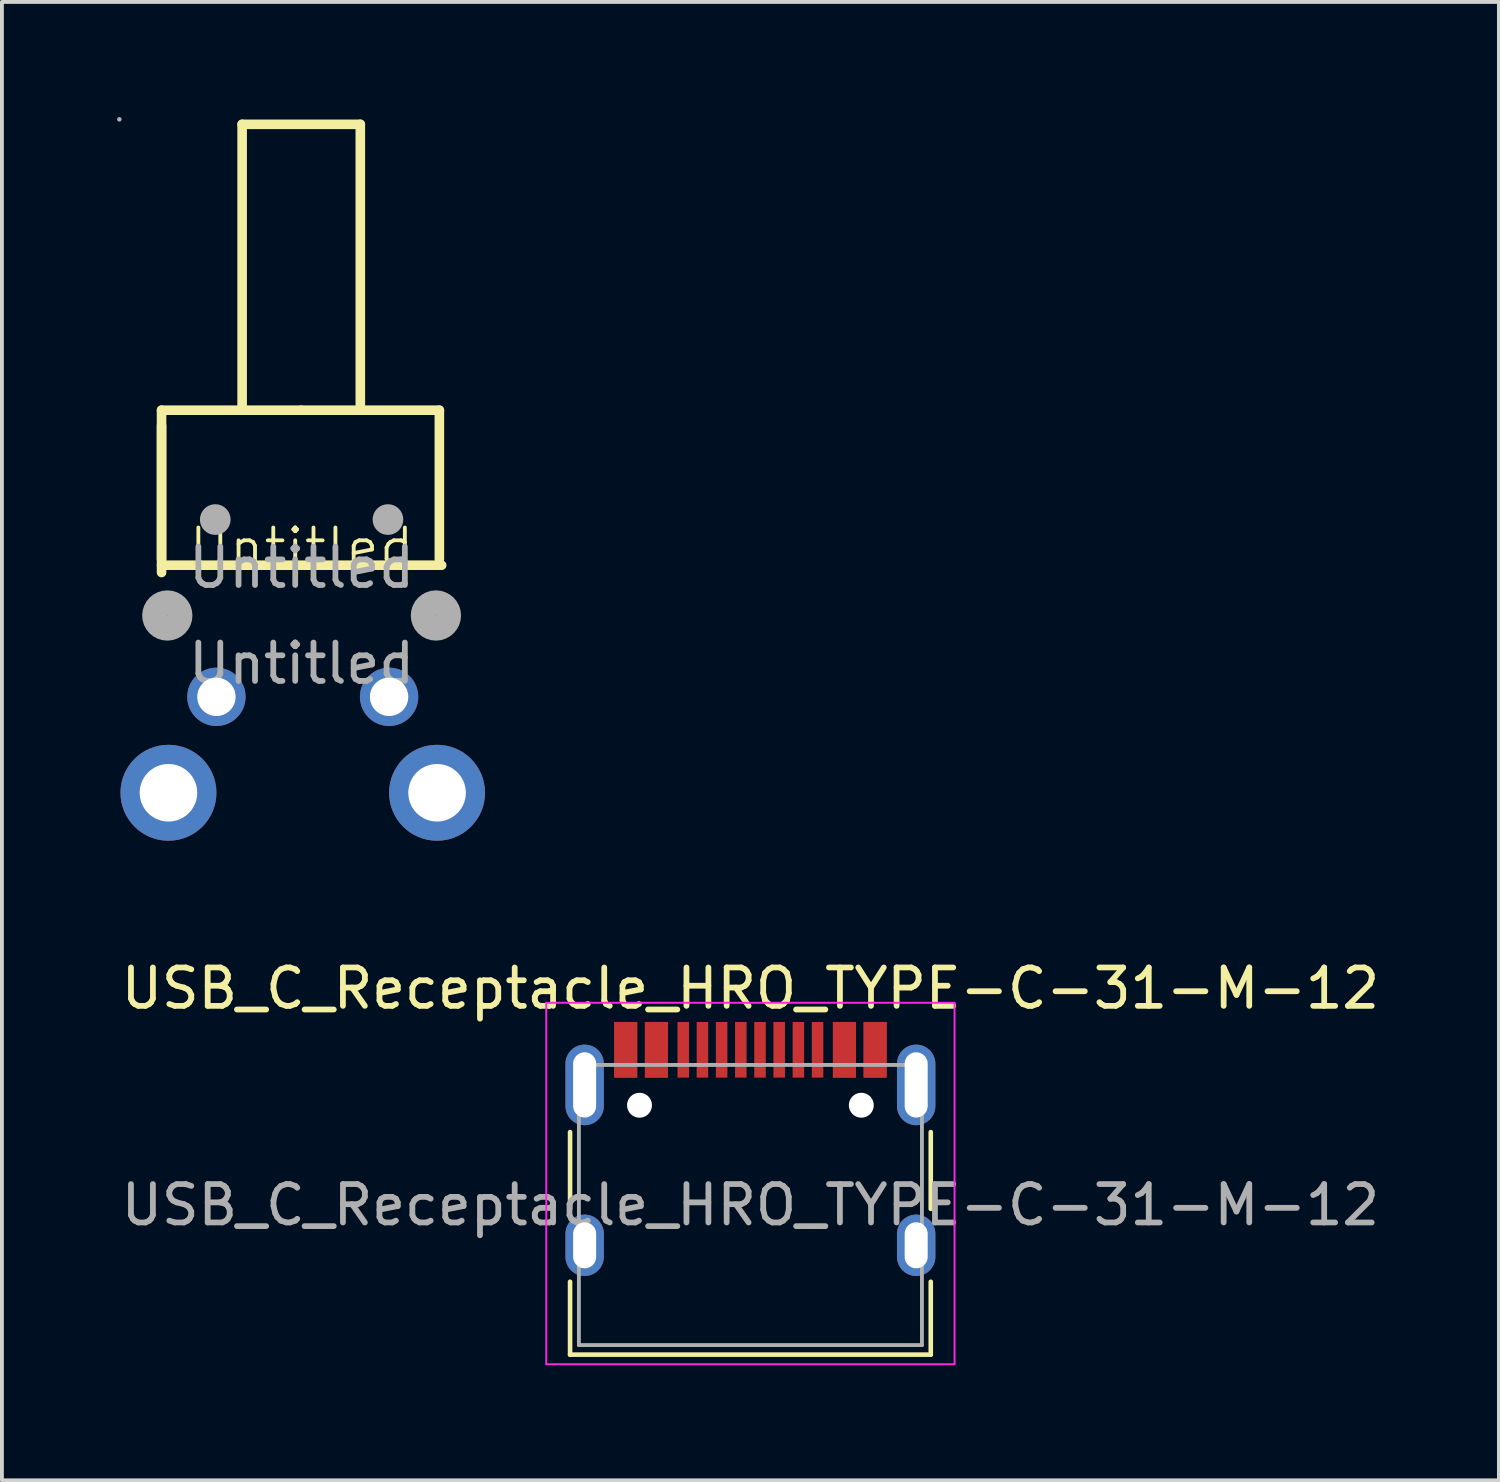
<source format=kicad_pcb>
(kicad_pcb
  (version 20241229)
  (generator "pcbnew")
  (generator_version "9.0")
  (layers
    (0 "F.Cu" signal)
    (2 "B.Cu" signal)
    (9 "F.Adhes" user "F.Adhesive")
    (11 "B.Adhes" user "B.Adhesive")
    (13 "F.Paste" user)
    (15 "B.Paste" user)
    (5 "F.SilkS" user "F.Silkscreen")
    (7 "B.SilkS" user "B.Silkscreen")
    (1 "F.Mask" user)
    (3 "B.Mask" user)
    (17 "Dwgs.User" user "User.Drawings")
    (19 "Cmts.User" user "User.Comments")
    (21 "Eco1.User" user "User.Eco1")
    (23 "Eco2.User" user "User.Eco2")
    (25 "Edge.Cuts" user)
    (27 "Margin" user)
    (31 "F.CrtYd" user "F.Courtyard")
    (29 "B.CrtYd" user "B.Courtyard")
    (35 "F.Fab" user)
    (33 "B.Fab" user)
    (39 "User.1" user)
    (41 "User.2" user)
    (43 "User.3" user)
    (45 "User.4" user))
  (footprint "Untitled"
    (layer "F.Cu")
    (at 4.81 11.74)
    (property "Reference" "Untitled" (at 0 -0.5 0) (unlocked yes) (layer "F.SilkS") (effects (font (size 1 1) (thickness 0.1))))
    (attr board_only exclude_from_pos_files exclude_from_bom)
    (fp_line (start -3.65 -4.1) (end -3.65 -0.22) (stroke (width 0.25) (type solid)) (layer "F.SilkS"))
    (fp_line (start -3.65 -3.7) (end -3.65 0.13) (stroke (width 0.25) (type solid)) (layer "F.SilkS"))
    (fp_line (start -3.65 -0.06) (end 3.65 -0.06) (stroke (width 0.25) (type solid)) (layer "F.SilkS"))
    (fp_line (start -1.55 -11.55) (end 1.53 -11.55) (stroke (width 0.25) (type solid)) (layer "F.SilkS"))
    (fp_line (start -1.55 -4.1) (end -1.55 -11.55) (stroke (width 0.25) (type solid)) (layer "F.SilkS"))
    (fp_line (start -0.02 -4.1) (end -3.65 -4.1) (stroke (width 0.25) (type solid)) (layer "F.SilkS"))
    (fp_line (start -0.02 -4.1) (end 3.59 -4.1) (stroke (width 0.25) (type solid)) (layer "F.SilkS"))
    (fp_line (start 1.53 -11.55) (end 1.53 -4.1) (stroke (width 0.25) (type solid)) (layer "F.SilkS"))
    (fp_line (start 3.59 -4.1) (end 3.59 -0.22) (stroke (width 0.25) (type solid)) (layer "F.SilkS"))
    (fp_circle (center -4.75 -11.68) (end -4.72 -11.68) (stroke (width 0.06) (type solid)) (fill no) (layer "F.Fab"))
    (fp_circle (center -3.5 1.25) (end -3.17 1.25) (stroke (width 0.65) (type solid)) (fill no) (layer "F.Fab"))
    (fp_circle (center -2.25 -1.25) (end -2.05 -1.25) (stroke (width 0.4) (type solid)) (fill no) (layer "F.Fab"))
    (fp_circle (center 2.25 -1.25) (end 2.45 -1.25) (stroke (width 0.4) (type solid)) (fill no) (layer "F.Fab"))
    (fp_circle (center 3.5 1.25) (end 3.83 1.25) (stroke (width 0.65) (type solid)) (fill no) (layer "F.Fab"))
    (fp_text user "${REFERENCE}" (at 0 0 0) (layer "F.Fab") (effects (font (size 1 1) (thickness 0.15))))
    (fp_text user "${REFERENCE}" (at 0 2.5 0) (unlocked yes) (layer "F.Fab") (effects (font (size 1 1) (thickness 0.15))))
    (pad "1" thru_hole circle (at -2.22 3.37) (size 1.52 1.52) (drill 1) (layers "*.Cu" "*.Paste" "*.Mask"))
    (pad "2" thru_hole circle (at 2.28 3.37) (size 1.52 1.52) (drill 1) (layers "*.Cu" "*.Paste" "*.Mask"))
    (pad "3" thru_hole circle (at -3.47 5.87) (size 2.5 2.5) (drill 1.5) (layers "*.Cu" "*.Paste" "*.Mask"))
    (pad "4" thru_hole circle (at 3.53 5.87) (size 2.5 2.5) (drill 1.5) (layers "*.Cu" "*.Paste" "*.Mask")))
  (footprint "USB_C_Receptacle_HRO_TYPE-C-31-M-12"
    (layer "F.Cu")
    (at 16.506 28.353)
    (property "Reference" "USB_C_Receptacle_HRO_TYPE-C-31-M-12" (at 0 -5.645 180) (layer "F.SilkS") (effects (font (size 1 1) (thickness 0.15))))
    (attr smd)
    (fp_line (start -4.7 -1.9) (end -4.7 0.1) (stroke (width 0.12) (type solid)) (layer "F.SilkS"))
    (fp_line (start -4.7 2) (end -4.7 3.9) (stroke (width 0.12) (type solid)) (layer "F.SilkS"))
    (fp_line (start -4.7 3.9) (end 4.7 3.9) (stroke (width 0.12) (type solid)) (layer "F.SilkS"))
    (fp_line (start 4.7 -1.9) (end 4.7 0.1) (stroke (width 0.12) (type solid)) (layer "F.SilkS"))
    (fp_line (start 4.7 2) (end 4.7 3.9) (stroke (width 0.12) (type solid)) (layer "F.SilkS"))
    (fp_line (start -5.32 -5.27) (end -5.32 4.15) (stroke (width 0.05) (type solid)) (layer "F.CrtYd"))
    (fp_line (start -5.32 -5.27) (end 5.32 -5.27) (stroke (width 0.05) (type solid)) (layer "F.CrtYd"))
    (fp_line (start -5.32 4.15) (end 5.32 4.15) (stroke (width 0.05) (type solid)) (layer "F.CrtYd"))
    (fp_line (start 5.32 -5.27) (end 5.32 4.15) (stroke (width 0.05) (type solid)) (layer "F.CrtYd"))
    (fp_line (start -4.47 -3.65) (end -4.47 3.65) (stroke (width 0.1) (type solid)) (layer "F.Fab"))
    (fp_line (start -4.47 -3.65) (end 4.47 -3.65) (stroke (width 0.1) (type solid)) (layer "F.Fab"))
    (fp_line (start -4.47 3.65) (end 4.47 3.65) (stroke (width 0.1) (type solid)) (layer "F.Fab"))
    (fp_line (start 4.47 -3.65) (end 4.47 3.65) (stroke (width 0.1) (type solid)) (layer "F.Fab"))
    (fp_text user "${REFERENCE}" (at 0 0 180) (layer "F.Fab") (effects (font (size 1 1) (thickness 0.15))))
    (pad "" np_thru_hole circle (at -2.89 -2.6) (size 0.65 0.65) (drill 0.65) (layers "*.Cu" "*.Mask"))
    (pad "" np_thru_hole circle (at 2.89 -2.6) (size 0.65 0.65) (drill 0.65) (layers "*.Cu" "*.Mask"))
    (pad "A1" smd rect (at -3.25 -4.045) (size 0.6 1.45) (layers "F.Cu" "F.Mask" "F.Paste"))
    (pad "A4" smd rect (at -2.45 -4.045) (size 0.6 1.45) (layers "F.Cu" "F.Mask" "F.Paste"))
    (pad "A5" smd rect (at -1.25 -4.045) (size 0.3 1.45) (layers "F.Cu" "F.Mask" "F.Paste"))
    (pad "A6" smd rect (at -0.25 -4.045) (size 0.3 1.45) (layers "F.Cu" "F.Mask" "F.Paste"))
    (pad "A7" smd rect (at 0.25 -4.045) (size 0.3 1.45) (layers "F.Cu" "F.Mask" "F.Paste"))
    (pad "A8" smd rect (at 1.25 -4.045) (size 0.3 1.45) (layers "F.Cu" "F.Mask" "F.Paste"))
    (pad "A9" smd rect (at 2.45 -4.045) (size 0.6 1.45) (layers "F.Cu" "F.Mask" "F.Paste"))
    (pad "A12" smd rect (at 3.25 -4.045) (size 0.6 1.45) (layers "F.Cu" "F.Mask" "F.Paste"))
    (pad "B1" smd rect (at 3.25 -4.045) (size 0.6 1.45) (layers "F.Cu" "F.Mask" "F.Paste"))
    (pad "B4" smd rect (at 2.45 -4.045) (size 0.6 1.45) (layers "F.Cu" "F.Mask" "F.Paste"))
    (pad "B5" smd rect (at 1.75 -4.045) (size 0.3 1.45) (layers "F.Cu" "F.Mask" "F.Paste"))
    (pad "B6" smd rect (at 0.75 -4.045) (size 0.3 1.45) (layers "F.Cu" "F.Mask" "F.Paste"))
    (pad "B7" smd rect (at -0.75 -4.045) (size 0.3 1.45) (layers "F.Cu" "F.Mask" "F.Paste"))
    (pad "B8" smd rect (at -1.75 -4.045) (size 0.3 1.45) (layers "F.Cu" "F.Mask" "F.Paste"))
    (pad "B9" smd rect (at -2.45 -4.045) (size 0.6 1.45) (layers "F.Cu" "F.Mask" "F.Paste"))
    (pad "B12" smd rect (at -3.25 -4.045) (size 0.6 1.45) (layers "F.Cu" "F.Mask" "F.Paste"))
    (pad "S1" thru_hole oval (at -4.32 -3.13) (size 1 2.1) (drill oval 0.6 1.7) (layers "*.Cu" "*.Mask"))
    (pad "S1" thru_hole oval (at -4.32 1.05) (size 1 1.6) (drill oval 0.6 1.2) (layers "*.Cu" "*.Mask"))
    (pad "S1" thru_hole oval (at 4.32 -3.13) (size 1 2.1) (drill oval 0.6 1.7) (layers "*.Cu" "*.Mask"))
    (pad "S1" thru_hole oval (at 4.32 1.05) (size 1 1.6) (drill oval 0.6 1.2) (layers "*.Cu" "*.Mask")))
  (gr_rect
    (start -3 -3)
    (end 36.012 35.528)
    (stroke (width 0.1) (type default))
    (fill no)
    (layer "Edge.Cuts")))
</source>
